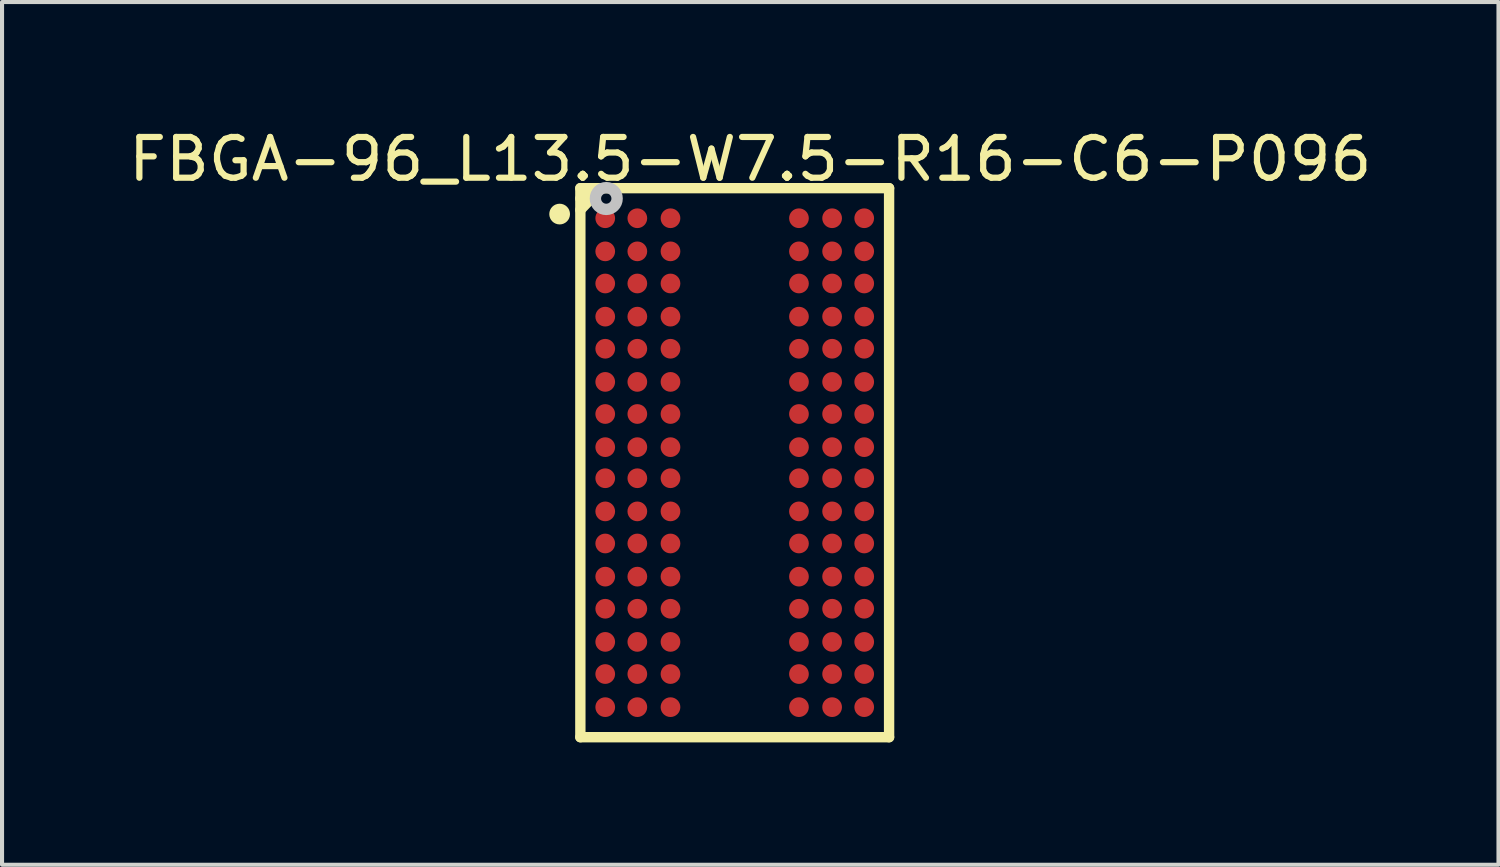
<source format=kicad_pcb>
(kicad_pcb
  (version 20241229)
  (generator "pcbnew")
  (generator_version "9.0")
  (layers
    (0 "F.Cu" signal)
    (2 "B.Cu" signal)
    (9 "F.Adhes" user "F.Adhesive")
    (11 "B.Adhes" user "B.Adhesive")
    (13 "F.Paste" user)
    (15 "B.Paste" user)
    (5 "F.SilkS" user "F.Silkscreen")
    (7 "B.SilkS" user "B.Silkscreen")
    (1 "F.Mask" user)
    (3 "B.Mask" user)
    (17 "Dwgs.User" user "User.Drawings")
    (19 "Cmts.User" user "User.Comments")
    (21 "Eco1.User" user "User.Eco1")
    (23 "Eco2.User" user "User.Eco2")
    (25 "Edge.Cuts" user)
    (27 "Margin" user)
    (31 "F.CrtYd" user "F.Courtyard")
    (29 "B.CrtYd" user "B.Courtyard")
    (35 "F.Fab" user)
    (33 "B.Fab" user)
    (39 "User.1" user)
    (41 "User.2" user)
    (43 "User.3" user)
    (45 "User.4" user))
  (footprint "FBGA-96_L13.5-W7.5-R16-C6-P096"
    (layer "F.Cu")
    (at 14.965 8.295)
    (property "Reference" "FBGA-96_L13.5-W7.5-R16-C6-P096" (at 0.381 -7.442 0) (unlocked yes) (layer "F.SilkS") (effects (font (size 1 1.052) (thickness 0.152))))
    (attr smd)
    (fp_line (start -3.785 -6.731) (end 3.785 -6.731) (stroke (width 0.254) (type solid)) (layer "F.SilkS"))
    (fp_line (start -3.785 -6.477) (end -3.505 -6.731) (stroke (width 0.254) (type solid)) (layer "F.SilkS"))
    (fp_line (start -3.785 -6.198) (end -3.277 -6.731) (stroke (width 0.254) (type solid)) (layer "F.SilkS"))
    (fp_line (start -3.785 6.731) (end -3.785 -6.731) (stroke (width 0.254) (type solid)) (layer "F.SilkS"))
    (fp_line (start -3.785 6.731) (end 3.785 6.731) (stroke (width 0.254) (type solid)) (layer "F.SilkS"))
    (fp_line (start -3.505 -6.731) (end -3.454 -6.731) (stroke (width 0.254) (type solid)) (layer "F.SilkS"))
    (fp_line (start -3.277 -6.731) (end -3.277 -6.731) (stroke (width 0.254) (type solid)) (layer "F.SilkS"))
    (fp_line (start 3.785 6.731) (end 3.785 -6.731) (stroke (width 0.254) (type solid)) (layer "F.SilkS"))
    (fp_circle (center -4.293 -6.096) (end -4.166 -6.096) (stroke (width 0.254) (type solid)) (fill no) (layer "F.SilkS"))
    (fp_circle (center -3.15 -6.477) (end -3.023 -6.477) (stroke (width 0.279) (type solid)) (fill no) (layer "Dwgs.User"))
    (pad "A1" smd circle (at -3.175 -5.994) (size 0.483 0.483) (layers "F.Cu" "F.Mask" "F.Paste"))
    (pad "A2" smd circle (at -2.388 -5.994) (size 0.483 0.483) (layers "F.Cu" "F.Mask" "F.Paste"))
    (pad "A3" smd circle (at -1.575 -5.994) (size 0.483 0.483) (layers "F.Cu" "F.Mask" "F.Paste"))
    (pad "A7" smd circle (at 1.575 -5.994) (size 0.483 0.483) (layers "F.Cu" "F.Mask" "F.Paste"))
    (pad "A8" smd circle (at 2.388 -5.994) (size 0.483 0.483) (layers "F.Cu" "F.Mask" "F.Paste"))
    (pad "A9" smd circle (at 3.175 -5.994) (size 0.483 0.483) (layers "F.Cu" "F.Mask" "F.Paste"))
    (pad "B1" smd circle (at -3.175 -5.182) (size 0.483 0.483) (layers "F.Cu" "F.Mask" "F.Paste"))
    (pad "B2" smd circle (at -2.388 -5.182) (size 0.483 0.483) (layers "F.Cu" "F.Mask" "F.Paste"))
    (pad "B3" smd circle (at -1.575 -5.182) (size 0.483 0.483) (layers "F.Cu" "F.Mask" "F.Paste"))
    (pad "B7" smd circle (at 1.575 -5.182) (size 0.483 0.483) (layers "F.Cu" "F.Mask" "F.Paste"))
    (pad "B8" smd circle (at 2.388 -5.182) (size 0.483 0.483) (layers "F.Cu" "F.Mask" "F.Paste"))
    (pad "B9" smd circle (at 3.175 -5.182) (size 0.483 0.483) (layers "F.Cu" "F.Mask" "F.Paste"))
    (pad "C1" smd circle (at -3.175 -4.394) (size 0.483 0.483) (layers "F.Cu" "F.Mask" "F.Paste"))
    (pad "C2" smd circle (at -2.388 -4.394) (size 0.483 0.483) (layers "F.Cu" "F.Mask" "F.Paste"))
    (pad "C3" smd circle (at -1.575 -4.394) (size 0.483 0.483) (layers "F.Cu" "F.Mask" "F.Paste"))
    (pad "C7" smd circle (at 1.575 -4.394) (size 0.483 0.483) (layers "F.Cu" "F.Mask" "F.Paste"))
    (pad "C8" smd circle (at 2.388 -4.394) (size 0.483 0.483) (layers "F.Cu" "F.Mask" "F.Paste"))
    (pad "C9" smd circle (at 3.175 -4.394) (size 0.483 0.483) (layers "F.Cu" "F.Mask" "F.Paste"))
    (pad "D1" smd circle (at -3.175 -3.581) (size 0.483 0.483) (layers "F.Cu" "F.Mask" "F.Paste"))
    (pad "D2" smd circle (at -2.388 -3.581) (size 0.483 0.483) (layers "F.Cu" "F.Mask" "F.Paste"))
    (pad "D3" smd circle (at -1.575 -3.581) (size 0.483 0.483) (layers "F.Cu" "F.Mask" "F.Paste"))
    (pad "D7" smd circle (at 1.575 -3.581) (size 0.483 0.483) (layers "F.Cu" "F.Mask" "F.Paste"))
    (pad "D8" smd circle (at 2.388 -3.581) (size 0.483 0.483) (layers "F.Cu" "F.Mask" "F.Paste"))
    (pad "D9" smd circle (at 3.175 -3.581) (size 0.483 0.483) (layers "F.Cu" "F.Mask" "F.Paste"))
    (pad "E1" smd circle (at -3.175 -2.794) (size 0.483 0.483) (layers "F.Cu" "F.Mask" "F.Paste"))
    (pad "E2" smd circle (at -2.388 -2.794) (size 0.483 0.483) (layers "F.Cu" "F.Mask" "F.Paste"))
    (pad "E3" smd circle (at -1.575 -2.794) (size 0.483 0.483) (layers "F.Cu" "F.Mask" "F.Paste"))
    (pad "E7" smd circle (at 1.575 -2.794) (size 0.483 0.483) (layers "F.Cu" "F.Mask" "F.Paste"))
    (pad "E8" smd circle (at 2.388 -2.794) (size 0.483 0.483) (layers "F.Cu" "F.Mask" "F.Paste"))
    (pad "E9" smd circle (at 3.175 -2.794) (size 0.483 0.483) (layers "F.Cu" "F.Mask" "F.Paste"))
    (pad "F1" smd circle (at -3.175 -1.981) (size 0.483 0.483) (layers "F.Cu" "F.Mask" "F.Paste"))
    (pad "F2" smd circle (at -2.388 -1.981) (size 0.483 0.483) (layers "F.Cu" "F.Mask" "F.Paste"))
    (pad "F3" smd circle (at -1.575 -1.981) (size 0.483 0.483) (layers "F.Cu" "F.Mask" "F.Paste"))
    (pad "F7" smd circle (at 1.575 -1.981) (size 0.483 0.483) (layers "F.Cu" "F.Mask" "F.Paste"))
    (pad "F8" smd circle (at 2.388 -1.981) (size 0.483 0.483) (layers "F.Cu" "F.Mask" "F.Paste"))
    (pad "F9" smd circle (at 3.175 -1.981) (size 0.483 0.483) (layers "F.Cu" "F.Mask" "F.Paste"))
    (pad "G1" smd circle (at -3.175 -1.194) (size 0.483 0.483) (layers "F.Cu" "F.Mask" "F.Paste"))
    (pad "G2" smd circle (at -2.388 -1.194) (size 0.483 0.483) (layers "F.Cu" "F.Mask" "F.Paste"))
    (pad "G3" smd circle (at -1.575 -1.194) (size 0.483 0.483) (layers "F.Cu" "F.Mask" "F.Paste"))
    (pad "G7" smd circle (at 1.575 -1.194) (size 0.483 0.483) (layers "F.Cu" "F.Mask" "F.Paste"))
    (pad "G8" smd circle (at 2.388 -1.194) (size 0.483 0.483) (layers "F.Cu" "F.Mask" "F.Paste"))
    (pad "G9" smd circle (at 3.175 -1.194) (size 0.483 0.483) (layers "F.Cu" "F.Mask" "F.Paste"))
    (pad "H1" smd circle (at -3.175 -0.381) (size 0.483 0.483) (layers "F.Cu" "F.Mask" "F.Paste"))
    (pad "H2" smd circle (at -2.388 -0.381) (size 0.483 0.483) (layers "F.Cu" "F.Mask" "F.Paste"))
    (pad "H3" smd circle (at -1.575 -0.381) (size 0.483 0.483) (layers "F.Cu" "F.Mask" "F.Paste"))
    (pad "H7" smd circle (at 1.575 -0.381) (size 0.483 0.483) (layers "F.Cu" "F.Mask" "F.Paste"))
    (pad "H8" smd circle (at 2.388 -0.381) (size 0.483 0.483) (layers "F.Cu" "F.Mask" "F.Paste"))
    (pad "H9" smd circle (at 3.175 -0.381) (size 0.483 0.483) (layers "F.Cu" "F.Mask" "F.Paste"))
    (pad "J1" smd circle (at -3.175 0.381) (size 0.483 0.483) (layers "F.Cu" "F.Mask" "F.Paste"))
    (pad "J2" smd circle (at -2.388 0.381) (size 0.483 0.483) (layers "F.Cu" "F.Mask" "F.Paste"))
    (pad "J3" smd circle (at -1.575 0.381) (size 0.483 0.483) (layers "F.Cu" "F.Mask" "F.Paste"))
    (pad "J7" smd circle (at 1.575 0.381) (size 0.483 0.483) (layers "F.Cu" "F.Mask" "F.Paste"))
    (pad "J8" smd circle (at 2.388 0.381) (size 0.483 0.483) (layers "F.Cu" "F.Mask" "F.Paste"))
    (pad "J9" smd circle (at 3.175 0.381) (size 0.483 0.483) (layers "F.Cu" "F.Mask" "F.Paste"))
    (pad "K1" smd circle (at -3.175 1.194) (size 0.483 0.483) (layers "F.Cu" "F.Mask" "F.Paste"))
    (pad "K2" smd circle (at -2.388 1.194) (size 0.483 0.483) (layers "F.Cu" "F.Mask" "F.Paste"))
    (pad "K3" smd circle (at -1.575 1.194) (size 0.483 0.483) (layers "F.Cu" "F.Mask" "F.Paste"))
    (pad "K7" smd circle (at 1.575 1.194) (size 0.483 0.483) (layers "F.Cu" "F.Mask" "F.Paste"))
    (pad "K8" smd circle (at 2.388 1.194) (size 0.483 0.483) (layers "F.Cu" "F.Mask" "F.Paste"))
    (pad "K9" smd circle (at 3.175 1.194) (size 0.483 0.483) (layers "F.Cu" "F.Mask" "F.Paste"))
    (pad "L1" smd circle (at -3.175 1.981) (size 0.483 0.483) (layers "F.Cu" "F.Mask" "F.Paste"))
    (pad "L2" smd circle (at -2.388 1.981) (size 0.483 0.483) (layers "F.Cu" "F.Mask" "F.Paste"))
    (pad "L3" smd circle (at -1.575 1.981) (size 0.483 0.483) (layers "F.Cu" "F.Mask" "F.Paste"))
    (pad "L7" smd circle (at 1.575 1.981) (size 0.483 0.483) (layers "F.Cu" "F.Mask" "F.Paste"))
    (pad "L8" smd circle (at 2.388 1.981) (size 0.483 0.483) (layers "F.Cu" "F.Mask" "F.Paste"))
    (pad "L9" smd circle (at 3.175 1.981) (size 0.483 0.483) (layers "F.Cu" "F.Mask" "F.Paste"))
    (pad "M1" smd circle (at -3.175 2.794) (size 0.483 0.483) (layers "F.Cu" "F.Mask" "F.Paste"))
    (pad "M2" smd circle (at -2.388 2.794) (size 0.483 0.483) (layers "F.Cu" "F.Mask" "F.Paste"))
    (pad "M3" smd circle (at -1.575 2.794) (size 0.483 0.483) (layers "F.Cu" "F.Mask" "F.Paste"))
    (pad "M7" smd circle (at 1.575 2.794) (size 0.483 0.483) (layers "F.Cu" "F.Mask" "F.Paste"))
    (pad "M8" smd circle (at 2.388 2.794) (size 0.483 0.483) (layers "F.Cu" "F.Mask" "F.Paste"))
    (pad "M9" smd circle (at 3.175 2.794) (size 0.483 0.483) (layers "F.Cu" "F.Mask" "F.Paste"))
    (pad "N1" smd circle (at -3.175 3.581) (size 0.483 0.483) (layers "F.Cu" "F.Mask" "F.Paste"))
    (pad "N2" smd circle (at -2.388 3.581) (size 0.483 0.483) (layers "F.Cu" "F.Mask" "F.Paste"))
    (pad "N3" smd circle (at -1.575 3.581) (size 0.483 0.483) (layers "F.Cu" "F.Mask" "F.Paste"))
    (pad "N7" smd circle (at 1.575 3.581) (size 0.483 0.483) (layers "F.Cu" "F.Mask" "F.Paste"))
    (pad "N8" smd circle (at 2.388 3.581) (size 0.483 0.483) (layers "F.Cu" "F.Mask" "F.Paste"))
    (pad "N9" smd circle (at 3.175 3.581) (size 0.483 0.483) (layers "F.Cu" "F.Mask" "F.Paste"))
    (pad "P1" smd circle (at -3.175 4.394) (size 0.483 0.483) (layers "F.Cu" "F.Mask" "F.Paste"))
    (pad "P2" smd circle (at -2.388 4.394) (size 0.483 0.483) (layers "F.Cu" "F.Mask" "F.Paste"))
    (pad "P3" smd circle (at -1.575 4.394) (size 0.483 0.483) (layers "F.Cu" "F.Mask" "F.Paste"))
    (pad "P7" smd circle (at 1.575 4.394) (size 0.483 0.483) (layers "F.Cu" "F.Mask" "F.Paste"))
    (pad "P8" smd circle (at 2.388 4.394) (size 0.483 0.483) (layers "F.Cu" "F.Mask" "F.Paste"))
    (pad "P9" smd circle (at 3.175 4.394) (size 0.483 0.483) (layers "F.Cu" "F.Mask" "F.Paste"))
    (pad "R1" smd circle (at -3.175 5.182) (size 0.483 0.483) (layers "F.Cu" "F.Mask" "F.Paste"))
    (pad "R2" smd circle (at -2.388 5.182) (size 0.483 0.483) (layers "F.Cu" "F.Mask" "F.Paste"))
    (pad "R3" smd circle (at -1.575 5.182) (size 0.483 0.483) (layers "F.Cu" "F.Mask" "F.Paste"))
    (pad "R7" smd circle (at 1.575 5.182) (size 0.483 0.483) (layers "F.Cu" "F.Mask" "F.Paste"))
    (pad "R8" smd circle (at 2.388 5.182) (size 0.483 0.483) (layers "F.Cu" "F.Mask" "F.Paste"))
    (pad "R9" smd circle (at 3.175 5.182) (size 0.483 0.483) (layers "F.Cu" "F.Mask" "F.Paste"))
    (pad "T1" smd circle (at -3.175 5.994) (size 0.483 0.483) (layers "F.Cu" "F.Mask" "F.Paste"))
    (pad "T2" smd circle (at -2.388 5.994) (size 0.483 0.483) (layers "F.Cu" "F.Mask" "F.Paste"))
    (pad "T3" smd circle (at -1.575 5.994) (size 0.483 0.483) (layers "F.Cu" "F.Mask" "F.Paste"))
    (pad "T7" smd circle (at 1.575 5.994) (size 0.483 0.483) (layers "F.Cu" "F.Mask" "F.Paste"))
    (pad "T8" smd circle (at 2.388 5.994) (size 0.483 0.483) (layers "F.Cu" "F.Mask" "F.Paste"))
    (pad "T9" smd circle (at 3.175 5.994) (size 0.483 0.483) (layers "F.Cu" "F.Mask" "F.Paste")))
  (gr_rect
    (start -3 -3)
    (end 33.692 18.153)
    (stroke (width 0.1) (type default))
    (fill no)
    (layer "Edge.Cuts")))
</source>
